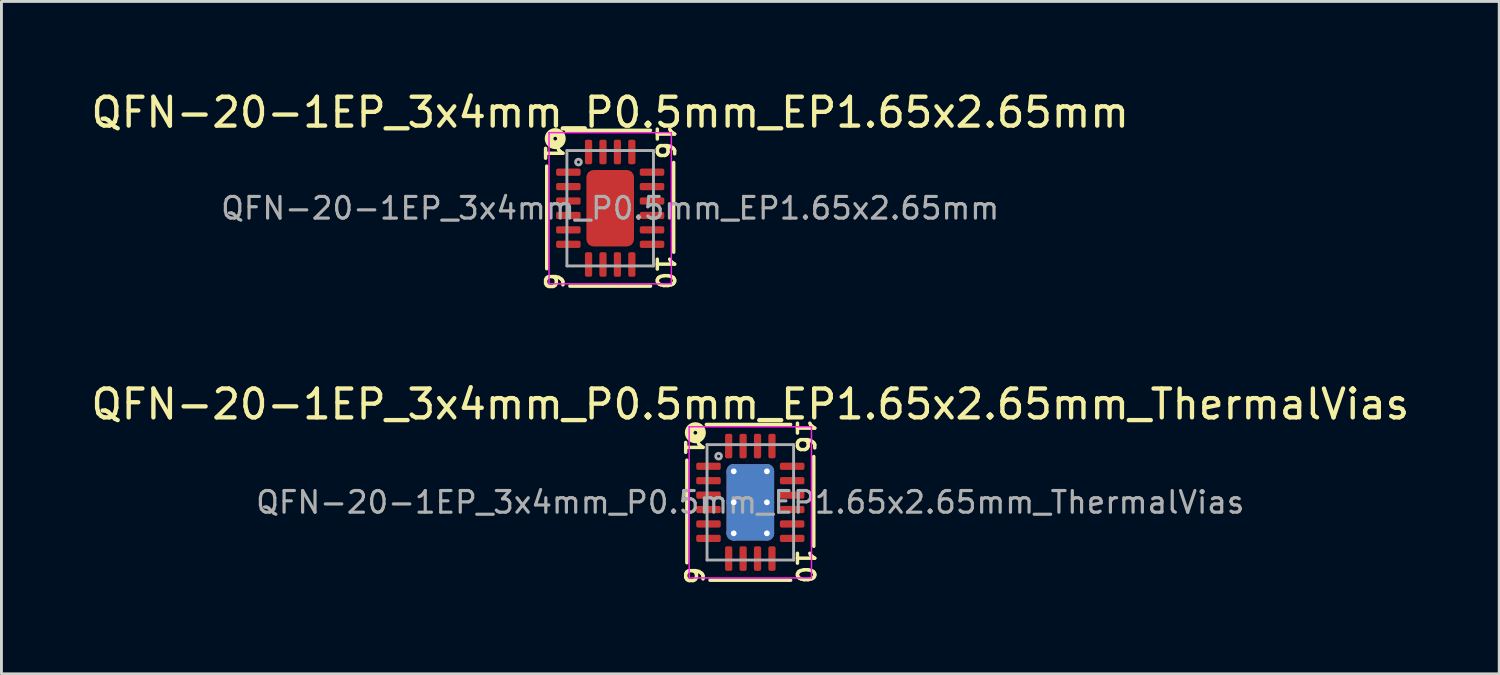
<source format=kicad_pcb>
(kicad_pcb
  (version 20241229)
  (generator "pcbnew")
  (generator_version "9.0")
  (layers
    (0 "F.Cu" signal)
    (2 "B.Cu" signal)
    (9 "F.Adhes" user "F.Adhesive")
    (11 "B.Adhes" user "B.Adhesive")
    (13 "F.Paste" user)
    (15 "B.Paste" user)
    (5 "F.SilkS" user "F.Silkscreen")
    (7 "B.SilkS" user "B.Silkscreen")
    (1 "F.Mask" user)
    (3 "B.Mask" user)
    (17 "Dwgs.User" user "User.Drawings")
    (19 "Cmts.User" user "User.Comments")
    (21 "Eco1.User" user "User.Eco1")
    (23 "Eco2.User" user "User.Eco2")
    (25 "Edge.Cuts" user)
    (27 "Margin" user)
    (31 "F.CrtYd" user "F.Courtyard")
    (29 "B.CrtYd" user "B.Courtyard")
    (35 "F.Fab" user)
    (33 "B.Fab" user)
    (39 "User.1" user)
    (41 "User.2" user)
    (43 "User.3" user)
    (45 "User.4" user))
  (footprint "QFN-20-1EP_3x4mm_P0.5mm_EP1.65x2.65mm"
    (layer "F.Cu")
    (at 18.101 4.168)
    (property "Reference" "QFN-20-1EP_3x4mm_P0.5mm_EP1.65x2.65mm" (at 0 -3.32 0) (layer "F.SilkS") (effects (font (size 1 1) (thickness 0.15))))
    (attr smd)
    (fp_line (start -2.2 -1.46) (end -2.2 2.095) (stroke (width 0.12) (type solid)) (layer "F.SilkS"))
    (fp_line (start -1.397 2.7) (end 1.397 2.7) (stroke (width 0.12) (type solid)) (layer "F.SilkS"))
    (fp_line (start 1.397 -2.7) (end -1.524 -2.7) (stroke (width 0.12) (type solid)) (layer "F.SilkS"))
    (fp_line (start 2.2 1.524) (end 2.2 -1.587) (stroke (width 0.12) (type solid)) (layer "F.SilkS"))
    (fp_circle (center -1.905 -2.413) (end -1.841 -2.413) (stroke (width 0.3) (type solid)) (fill no) (layer "F.SilkS"))
    (fp_line (start -2.12 -2.62) (end -2.12 2.62) (stroke (width 0.05) (type solid)) (layer "F.CrtYd"))
    (fp_line (start -2.12 2.62) (end 2.12 2.62) (stroke (width 0.05) (type solid)) (layer "F.CrtYd"))
    (fp_line (start 2.12 -2.62) (end -2.12 -2.62) (stroke (width 0.05) (type solid)) (layer "F.CrtYd"))
    (fp_line (start 2.12 2.62) (end 2.12 -2.62) (stroke (width 0.05) (type solid)) (layer "F.CrtYd"))
    (fp_line (start -1.5 -2) (end 1.5 -2) (stroke (width 0.1) (type solid)) (layer "F.Fab"))
    (fp_line (start -1.5 2) (end -1.5 -2) (stroke (width 0.1) (type solid)) (layer "F.Fab"))
    (fp_line (start 1.5 -2) (end 1.5 2) (stroke (width 0.1) (type solid)) (layer "F.Fab"))
    (fp_line (start 1.5 2) (end -1.5 2) (stroke (width 0.1) (type solid)) (layer "F.Fab"))
    (fp_circle (center -1.1 -1.6) (end -1 -1.6) (stroke (width 0.1) (type solid)) (fill no) (layer "F.Fab"))
    (fp_text user "16" (at 1.905 -2.286 270) (unlocked yes) (layer "F.SilkS") (effects (font (size 0.6 0.6) (thickness 0.12))))
    (fp_text user "6" (at -1.968 2.54 270) (unlocked yes) (layer "F.SilkS") (effects (font (size 0.6 0.6) (thickness 0.12))))
    (fp_text user "10" (at 1.905 2.223 270) (unlocked yes) (layer "F.SilkS") (effects (font (size 0.6 0.6) (thickness 0.12))))
    (fp_text user "1" (at -1.968 -1.905 270) (unlocked yes) (layer "F.SilkS") (effects (font (size 0.6 0.6) (thickness 0.12))))
    (fp_text user "${REFERENCE}" (at 0 0 0) (layer "F.Fab") (effects (font (size 0.75 0.75) (thickness 0.11))))
    (pad "" smd roundrect (at -0.41 -0.66) (size 0.67 1.07) (layers "F.Paste") (roundrect_rratio 0.25))
    (pad "" smd roundrect (at -0.41 0.66) (size 0.67 1.07) (layers "F.Paste") (roundrect_rratio 0.25))
    (pad "" smd roundrect (at 0.41 -0.66) (size 0.67 1.07) (layers "F.Paste") (roundrect_rratio 0.25))
    (pad "" smd roundrect (at 0.41 0.66) (size 0.67 1.07) (layers "F.Paste") (roundrect_rratio 0.25))
    (pad "1" smd roundrect (at -1.45 -1.25) (size 0.85 0.25) (layers "F.Cu" "F.Mask" "F.Paste") (roundrect_rratio 0.25))
    (pad "2" smd roundrect (at -1.45 -0.75) (size 0.85 0.25) (layers "F.Cu" "F.Mask" "F.Paste") (roundrect_rratio 0.25))
    (pad "3" smd roundrect (at -1.45 -0.25) (size 0.85 0.25) (layers "F.Cu" "F.Mask" "F.Paste") (roundrect_rratio 0.25))
    (pad "4" smd roundrect (at -1.45 0.25) (size 0.85 0.25) (layers "F.Cu" "F.Mask" "F.Paste") (roundrect_rratio 0.25))
    (pad "5" smd roundrect (at -1.45 0.75) (size 0.85 0.25) (layers "F.Cu" "F.Mask" "F.Paste") (roundrect_rratio 0.25))
    (pad "6" smd roundrect (at -1.45 1.25) (size 0.85 0.25) (layers "F.Cu" "F.Mask" "F.Paste") (roundrect_rratio 0.25))
    (pad "7" smd roundrect (at -0.75 1.95) (size 0.25 0.85) (layers "F.Cu" "F.Mask" "F.Paste") (roundrect_rratio 0.25))
    (pad "8" smd roundrect (at -0.25 1.95) (size 0.25 0.85) (layers "F.Cu" "F.Mask" "F.Paste") (roundrect_rratio 0.25))
    (pad "9" smd roundrect (at 0.25 1.95) (size 0.25 0.85) (layers "F.Cu" "F.Mask" "F.Paste") (roundrect_rratio 0.25))
    (pad "10" smd roundrect (at 0.75 1.95) (size 0.25 0.85) (layers "F.Cu" "F.Mask" "F.Paste") (roundrect_rratio 0.25))
    (pad "11" smd roundrect (at 1.45 1.25) (size 0.85 0.25) (layers "F.Cu" "F.Mask" "F.Paste") (roundrect_rratio 0.25))
    (pad "12" smd roundrect (at 1.45 0.75) (size 0.85 0.25) (layers "F.Cu" "F.Mask" "F.Paste") (roundrect_rratio 0.25))
    (pad "13" smd roundrect (at 1.45 0.25) (size 0.85 0.25) (layers "F.Cu" "F.Mask" "F.Paste") (roundrect_rratio 0.25))
    (pad "14" smd roundrect (at 1.45 -0.25) (size 0.85 0.25) (layers "F.Cu" "F.Mask" "F.Paste") (roundrect_rratio 0.25))
    (pad "15" smd roundrect (at 1.45 -0.75) (size 0.85 0.25) (layers "F.Cu" "F.Mask" "F.Paste") (roundrect_rratio 0.25))
    (pad "16" smd roundrect (at 1.45 -1.25) (size 0.85 0.25) (layers "F.Cu" "F.Mask" "F.Paste") (roundrect_rratio 0.25))
    (pad "17" smd roundrect (at 0.75 -1.95) (size 0.25 0.85) (layers "F.Cu" "F.Mask" "F.Paste") (roundrect_rratio 0.25))
    (pad "18" smd roundrect (at 0.25 -1.95) (size 0.25 0.85) (layers "F.Cu" "F.Mask" "F.Paste") (roundrect_rratio 0.25))
    (pad "19" smd roundrect (at -0.25 -1.95) (size 0.25 0.85) (layers "F.Cu" "F.Mask" "F.Paste") (roundrect_rratio 0.25))
    (pad "20" smd roundrect (at -0.75 -1.95) (size 0.25 0.85) (layers "F.Cu" "F.Mask" "F.Paste") (roundrect_rratio 0.25))
    (pad "21" smd roundrect (at 0 0) (size 1.65 2.65) (layers "F.Cu" "F.Mask") (roundrect_rratio 0.152)))
  (footprint "QFN-20-1EP_3x4mm_P0.5mm_EP1.65x2.65mm_ThermalVias"
    (layer "F.Cu")
    (at 22.958 14.362)
    (property "Reference" "QFN-20-1EP_3x4mm_P0.5mm_EP1.65x2.65mm_ThermalVias" (at 0 -3.4 0) (layer "F.SilkS") (effects (font (size 1 1) (thickness 0.15))))
    (attr smd)
    (fp_line (start -2.2 -1.46) (end -2.2 2.095) (stroke (width 0.12) (type solid)) (layer "F.SilkS"))
    (fp_line (start -1.397 2.7) (end 1.397 2.7) (stroke (width 0.12) (type solid)) (layer "F.SilkS"))
    (fp_line (start 1.397 -2.7) (end -1.524 -2.7) (stroke (width 0.12) (type solid)) (layer "F.SilkS"))
    (fp_line (start 2.2 1.524) (end 2.2 -1.587) (stroke (width 0.12) (type solid)) (layer "F.SilkS"))
    (fp_circle (center -1.905 -2.413) (end -1.841 -2.413) (stroke (width 0.3) (type solid)) (fill no) (layer "F.SilkS"))
    (fp_line (start -2.12 -2.62) (end -2.12 2.62) (stroke (width 0.05) (type solid)) (layer "F.CrtYd"))
    (fp_line (start -2.12 2.62) (end 2.12 2.62) (stroke (width 0.05) (type solid)) (layer "F.CrtYd"))
    (fp_line (start 2.12 -2.62) (end -2.12 -2.62) (stroke (width 0.05) (type solid)) (layer "F.CrtYd"))
    (fp_line (start 2.12 2.62) (end 2.12 -2.62) (stroke (width 0.05) (type solid)) (layer "F.CrtYd"))
    (fp_line (start -1.5 -2) (end 1.5 -2) (stroke (width 0.1) (type solid)) (layer "F.Fab"))
    (fp_line (start -1.5 2) (end -1.5 -2) (stroke (width 0.1) (type solid)) (layer "F.Fab"))
    (fp_line (start 1.5 -2) (end 1.5 2) (stroke (width 0.1) (type solid)) (layer "F.Fab"))
    (fp_line (start 1.5 2) (end -1.5 2) (stroke (width 0.1) (type solid)) (layer "F.Fab"))
    (fp_circle (center -1.1 -1.6) (end -1 -1.6) (stroke (width 0.1) (type solid)) (fill no) (layer "F.Fab"))
    (fp_text user "16" (at 1.905 -2.286 270) (unlocked yes) (layer "F.SilkS") (effects (font (size 0.6 0.6) (thickness 0.12))))
    (fp_text user "6" (at -1.968 2.54 270) (unlocked yes) (layer "F.SilkS") (effects (font (size 0.6 0.6) (thickness 0.12))))
    (fp_text user "1" (at -1.968 -1.905 270) (unlocked yes) (layer "F.SilkS") (effects (font (size 0.6 0.6) (thickness 0.12))))
    (fp_text user "10" (at 1.905 2.223 270) (unlocked yes) (layer "F.SilkS") (effects (font (size 0.6 0.6) (thickness 0.12))))
    (fp_text user "${REFERENCE}" (at 0 0 0) (layer "F.Fab") (effects (font (size 0.75 0.75) (thickness 0.11))))
    (pad "" smd roundrect (at -0.41 -0.66) (size 0.71 1.15) (layers "F.Paste") (roundrect_rratio 0.25))
    (pad "" smd roundrect (at -0.41 0.66) (size 0.71 1.15) (layers "F.Paste") (roundrect_rratio 0.25))
    (pad "" smd roundrect (at 0.41 -0.66) (size 0.71 1.15) (layers "F.Paste") (roundrect_rratio 0.25))
    (pad "" smd roundrect (at 0.41 0.66) (size 0.71 1.15) (layers "F.Paste") (roundrect_rratio 0.25))
    (pad "1" smd roundrect (at -1.45 -1.25) (size 0.85 0.25) (layers "F.Cu" "F.Mask" "F.Paste") (roundrect_rratio 0.25))
    (pad "2" smd roundrect (at -1.45 -0.75) (size 0.85 0.25) (layers "F.Cu" "F.Mask" "F.Paste") (roundrect_rratio 0.25))
    (pad "3" smd roundrect (at -1.45 -0.25) (size 0.85 0.25) (layers "F.Cu" "F.Mask" "F.Paste") (roundrect_rratio 0.25))
    (pad "4" smd roundrect (at -1.45 0.25) (size 0.85 0.25) (layers "F.Cu" "F.Mask" "F.Paste") (roundrect_rratio 0.25))
    (pad "5" smd roundrect (at -1.45 0.75) (size 0.85 0.25) (layers "F.Cu" "F.Mask" "F.Paste") (roundrect_rratio 0.25))
    (pad "6" smd roundrect (at -1.45 1.25) (size 0.85 0.25) (layers "F.Cu" "F.Mask" "F.Paste") (roundrect_rratio 0.25))
    (pad "7" smd roundrect (at -0.75 1.95) (size 0.25 0.85) (layers "F.Cu" "F.Mask" "F.Paste") (roundrect_rratio 0.25))
    (pad "8" smd roundrect (at -0.25 1.95) (size 0.25 0.85) (layers "F.Cu" "F.Mask" "F.Paste") (roundrect_rratio 0.25))
    (pad "9" smd roundrect (at 0.25 1.95) (size 0.25 0.85) (layers "F.Cu" "F.Mask" "F.Paste") (roundrect_rratio 0.25))
    (pad "10" smd roundrect (at 0.75 1.95) (size 0.25 0.85) (layers "F.Cu" "F.Mask" "F.Paste") (roundrect_rratio 0.25))
    (pad "11" smd roundrect (at 1.45 1.25) (size 0.85 0.25) (layers "F.Cu" "F.Mask" "F.Paste") (roundrect_rratio 0.25))
    (pad "12" smd roundrect (at 1.45 0.75) (size 0.85 0.25) (layers "F.Cu" "F.Mask" "F.Paste") (roundrect_rratio 0.25))
    (pad "13" smd roundrect (at 1.45 0.25) (size 0.85 0.25) (layers "F.Cu" "F.Mask" "F.Paste") (roundrect_rratio 0.25))
    (pad "14" smd roundrect (at 1.45 -0.25) (size 0.85 0.25) (layers "F.Cu" "F.Mask" "F.Paste") (roundrect_rratio 0.25))
    (pad "15" smd roundrect (at 1.45 -0.75) (size 0.85 0.25) (layers "F.Cu" "F.Mask" "F.Paste") (roundrect_rratio 0.25))
    (pad "16" smd roundrect (at 1.45 -1.25) (size 0.85 0.25) (layers "F.Cu" "F.Mask" "F.Paste") (roundrect_rratio 0.25))
    (pad "17" smd roundrect (at 0.75 -1.95) (size 0.25 0.85) (layers "F.Cu" "F.Mask" "F.Paste") (roundrect_rratio 0.25))
    (pad "18" smd roundrect (at 0.25 -1.95) (size 0.25 0.85) (layers "F.Cu" "F.Mask" "F.Paste") (roundrect_rratio 0.25))
    (pad "19" smd roundrect (at -0.25 -1.95) (size 0.25 0.85) (layers "F.Cu" "F.Mask" "F.Paste") (roundrect_rratio 0.25))
    (pad "20" smd roundrect (at -0.75 -1.95) (size 0.25 0.85) (layers "F.Cu" "F.Mask" "F.Paste") (roundrect_rratio 0.25))
    (pad "21" thru_hole circle (at -0.575 -1.075) (size 0.5 0.5) (drill 0.2) (property pad_prop_heatsink) (layers "*.Cu"))
    (pad "21" thru_hole circle (at -0.575 0) (size 0.5 0.5) (drill 0.2) (property pad_prop_heatsink) (layers "*.Cu"))
    (pad "21" thru_hole circle (at -0.575 1.075) (size 0.5 0.5) (drill 0.2) (property pad_prop_heatsink) (layers "*.Cu"))
    (pad "21" smd roundrect (at 0 0) (size 1.65 2.65) (layers "F.Cu" "F.Mask") (roundrect_rratio 0.152))
    (pad "21" smd roundrect (at 0 0) (size 1.65 2.65) (layers "B.Cu" "B.Mask") (roundrect_rratio 0.152))
    (pad "21" thru_hole circle (at 0.575 -1.075) (size 0.5 0.5) (drill 0.2) (property pad_prop_heatsink) (layers "*.Cu"))
    (pad "21" thru_hole circle (at 0.575 0) (size 0.5 0.5) (drill 0.2) (property pad_prop_heatsink) (layers "*.Cu"))
    (pad "21" thru_hole circle (at 0.575 1.075) (size 0.5 0.5) (drill 0.2) (property pad_prop_heatsink) (layers "*.Cu")))
  (gr_rect
    (start -3 -3)
    (end 48.917 20.308)
    (stroke (width 0.1) (type default))
    (fill no)
    (layer "Edge.Cuts")))
</source>
